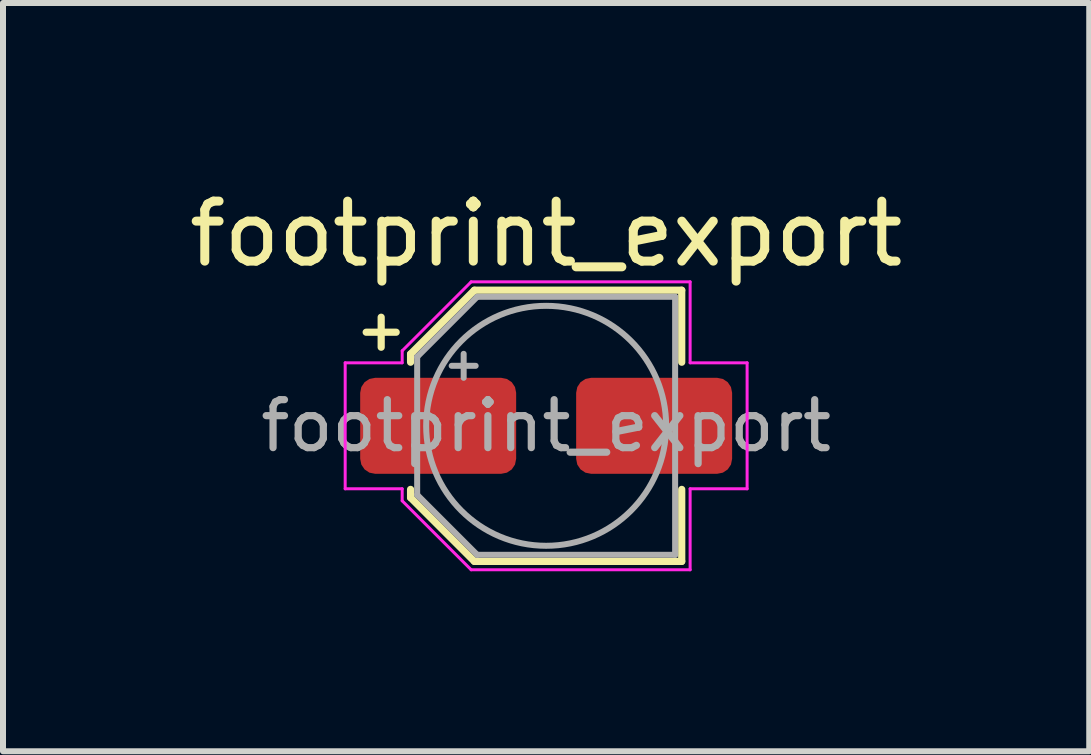
<source format=kicad_pcb>
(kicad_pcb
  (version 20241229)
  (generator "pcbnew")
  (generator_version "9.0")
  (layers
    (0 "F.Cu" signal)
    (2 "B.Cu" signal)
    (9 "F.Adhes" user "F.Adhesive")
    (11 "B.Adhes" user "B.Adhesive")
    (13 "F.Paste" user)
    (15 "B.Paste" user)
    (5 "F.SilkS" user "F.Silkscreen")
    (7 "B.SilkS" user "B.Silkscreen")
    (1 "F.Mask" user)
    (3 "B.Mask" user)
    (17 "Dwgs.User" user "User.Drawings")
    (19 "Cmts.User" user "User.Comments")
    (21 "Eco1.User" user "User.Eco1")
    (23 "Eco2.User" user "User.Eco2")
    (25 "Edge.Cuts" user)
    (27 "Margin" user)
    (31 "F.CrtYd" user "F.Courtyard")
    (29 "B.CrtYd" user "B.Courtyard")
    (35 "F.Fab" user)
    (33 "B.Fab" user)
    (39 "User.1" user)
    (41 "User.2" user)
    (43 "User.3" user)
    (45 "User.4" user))
  (footprint "footprint_export"
    (layer "F.Cu")
    (at 6.054 4.048)
    (property "Reference" "footprint_export" (at 0 -3.2 0) (layer "F.SilkS") (effects (font (size 1 1) (thickness 0.15))))
    (attr smd)
    (fp_line (start -3 -1.56) (end -2.5 -1.56) (stroke (width 0.12) (type solid)) (layer "F.SilkS"))
    (fp_line (start -2.75 -1.81) (end -2.75 -1.31) (stroke (width 0.12) (type solid)) (layer "F.SilkS"))
    (fp_line (start -2.26 -1.196) (end -2.26 -1.06) (stroke (width 0.12) (type solid)) (layer "F.SilkS"))
    (fp_line (start -2.26 -1.196) (end -1.196 -2.26) (stroke (width 0.12) (type solid)) (layer "F.SilkS"))
    (fp_line (start -2.26 1.196) (end -2.26 1.06) (stroke (width 0.12) (type solid)) (layer "F.SilkS"))
    (fp_line (start -2.26 1.196) (end -1.196 2.26) (stroke (width 0.12) (type solid)) (layer "F.SilkS"))
    (fp_line (start -1.196 -2.26) (end 2.26 -2.26) (stroke (width 0.12) (type solid)) (layer "F.SilkS"))
    (fp_line (start -1.196 2.26) (end 2.26 2.26) (stroke (width 0.12) (type solid)) (layer "F.SilkS"))
    (fp_line (start 2.26 -2.26) (end 2.26 -1.06) (stroke (width 0.12) (type solid)) (layer "F.SilkS"))
    (fp_line (start 2.26 2.26) (end 2.26 1.06) (stroke (width 0.12) (type solid)) (layer "F.SilkS"))
    (fp_line (start -3.35 -1.05) (end -3.35 1.05) (stroke (width 0.05) (type solid)) (layer "F.CrtYd"))
    (fp_line (start -3.35 1.05) (end -2.4 1.05) (stroke (width 0.05) (type solid)) (layer "F.CrtYd"))
    (fp_line (start -2.4 -1.25) (end -2.4 -1.05) (stroke (width 0.05) (type solid)) (layer "F.CrtYd"))
    (fp_line (start -2.4 -1.25) (end -1.25 -2.4) (stroke (width 0.05) (type solid)) (layer "F.CrtYd"))
    (fp_line (start -2.4 -1.05) (end -3.35 -1.05) (stroke (width 0.05) (type solid)) (layer "F.CrtYd"))
    (fp_line (start -2.4 1.05) (end -2.4 1.25) (stroke (width 0.05) (type solid)) (layer "F.CrtYd"))
    (fp_line (start -2.4 1.25) (end -1.25 2.4) (stroke (width 0.05) (type solid)) (layer "F.CrtYd"))
    (fp_line (start -1.25 -2.4) (end 2.4 -2.4) (stroke (width 0.05) (type solid)) (layer "F.CrtYd"))
    (fp_line (start -1.25 2.4) (end 2.4 2.4) (stroke (width 0.05) (type solid)) (layer "F.CrtYd"))
    (fp_line (start 2.4 -2.4) (end 2.4 -1.05) (stroke (width 0.05) (type solid)) (layer "F.CrtYd"))
    (fp_line (start 2.4 -1.05) (end 3.35 -1.05) (stroke (width 0.05) (type solid)) (layer "F.CrtYd"))
    (fp_line (start 2.4 1.05) (end 2.4 2.4) (stroke (width 0.05) (type solid)) (layer "F.CrtYd"))
    (fp_line (start 3.35 -1.05) (end 3.35 1.05) (stroke (width 0.05) (type solid)) (layer "F.CrtYd"))
    (fp_line (start 3.35 1.05) (end 2.4 1.05) (stroke (width 0.05) (type solid)) (layer "F.CrtYd"))
    (fp_line (start -2.15 -1.15) (end -2.15 1.15) (stroke (width 0.1) (type solid)) (layer "F.Fab"))
    (fp_line (start -2.15 -1.15) (end -1.15 -2.15) (stroke (width 0.1) (type solid)) (layer "F.Fab"))
    (fp_line (start -2.15 1.15) (end -1.15 2.15) (stroke (width 0.1) (type solid)) (layer "F.Fab"))
    (fp_line (start -1.575 -1) (end -1.175 -1) (stroke (width 0.1) (type solid)) (layer "F.Fab"))
    (fp_line (start -1.375 -1.2) (end -1.375 -0.8) (stroke (width 0.1) (type solid)) (layer "F.Fab"))
    (fp_line (start -1.15 -2.15) (end 2.15 -2.15) (stroke (width 0.1) (type solid)) (layer "F.Fab"))
    (fp_line (start -1.15 2.15) (end 2.15 2.15) (stroke (width 0.1) (type solid)) (layer "F.Fab"))
    (fp_line (start 2.15 -2.15) (end 2.15 2.15) (stroke (width 0.1) (type solid)) (layer "F.Fab"))
    (fp_circle (center 0 0) (end 2 0) (stroke (width 0.1) (type solid)) (fill no) (layer "F.Fab"))
    (fp_text user "${REFERENCE}" (at 0 0 0) (layer "F.Fab") (effects (font (size 0.8 0.8) (thickness 0.12))))
    (pad "1" smd roundrect (at -1.8 0) (size 2.6 1.6) (layers "F.Cu" "F.Mask" "F.Paste") (roundrect_rratio 0.156))
    (pad "2" smd roundrect (at 1.8 0) (size 2.6 1.6) (layers "F.Cu" "F.Mask" "F.Paste") (roundrect_rratio 0.156)))
  (gr_rect
    (start -3 -3)
    (end 15.107 9.473)
    (stroke (width 0.1) (type default))
    (fill no)
    (layer "Edge.Cuts")))
</source>
